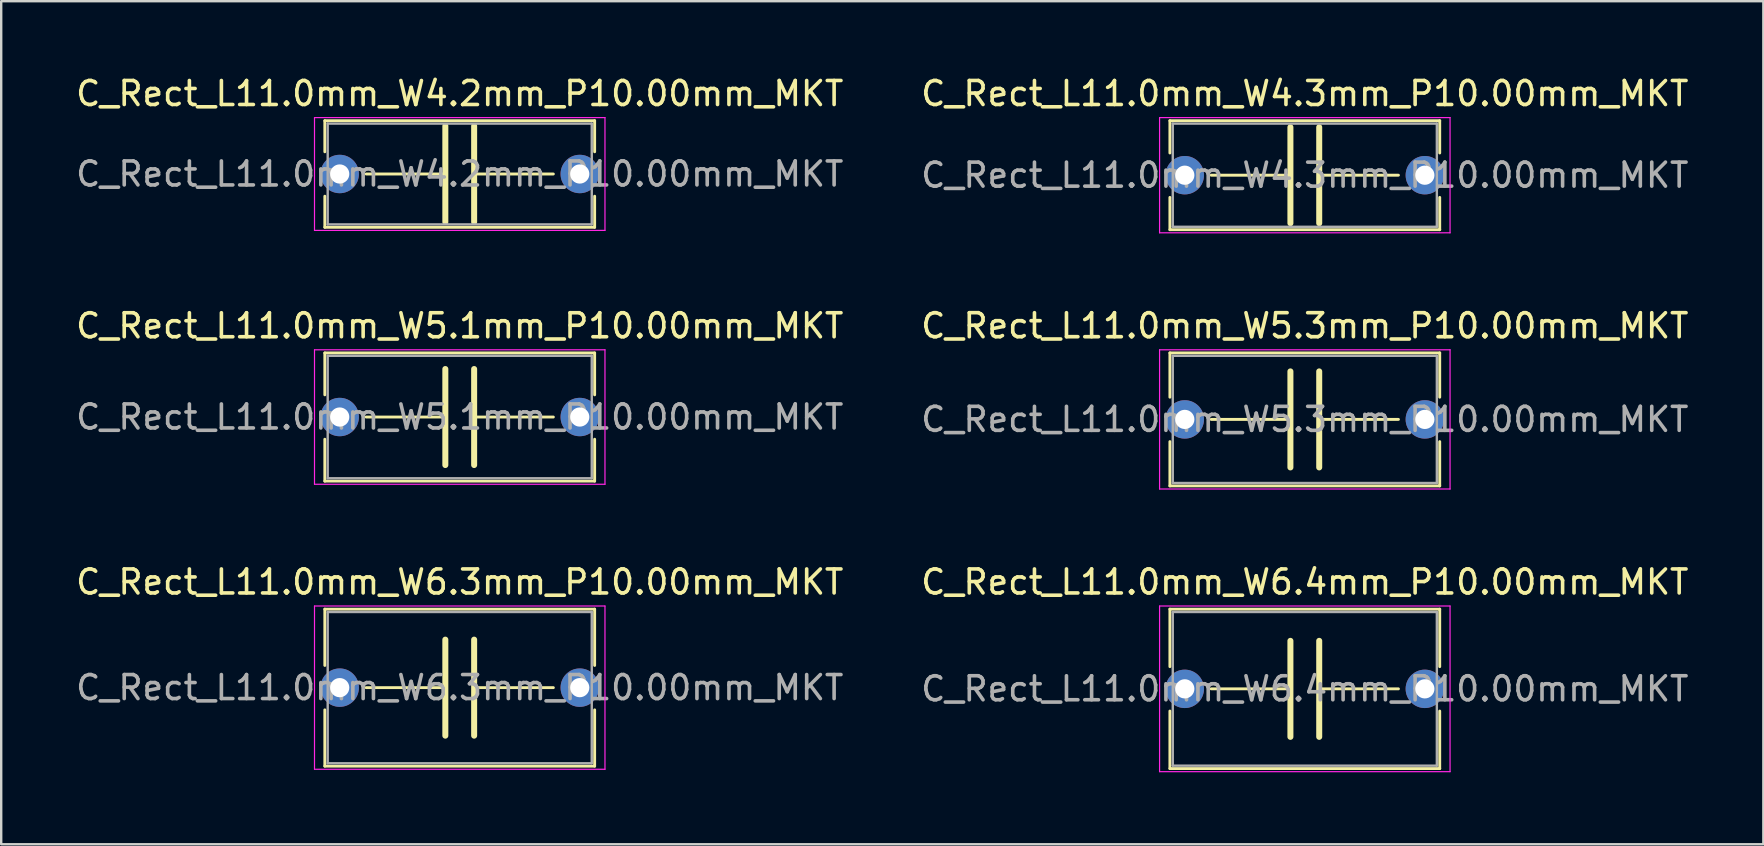
<source format=kicad_pcb>
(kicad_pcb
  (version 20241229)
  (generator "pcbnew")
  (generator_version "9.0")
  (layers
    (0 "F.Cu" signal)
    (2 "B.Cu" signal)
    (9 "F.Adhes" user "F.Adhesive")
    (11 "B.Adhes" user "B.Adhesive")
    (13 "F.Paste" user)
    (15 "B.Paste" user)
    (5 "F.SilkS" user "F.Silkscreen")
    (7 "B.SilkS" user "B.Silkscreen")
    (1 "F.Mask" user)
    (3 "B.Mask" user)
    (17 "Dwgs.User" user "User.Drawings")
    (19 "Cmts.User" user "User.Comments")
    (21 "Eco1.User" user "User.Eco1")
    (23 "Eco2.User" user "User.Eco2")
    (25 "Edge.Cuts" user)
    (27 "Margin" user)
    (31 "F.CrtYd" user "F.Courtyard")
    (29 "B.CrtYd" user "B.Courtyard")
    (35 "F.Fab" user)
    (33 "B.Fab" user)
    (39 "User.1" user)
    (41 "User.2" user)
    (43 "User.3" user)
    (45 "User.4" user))
  (footprint "C_Rect_L11.0mm_W4.3mm_P10.00mm_MKT"
    (layer "F.Cu")
    (at 46.304 4.248)
    (property "Reference" "C_Rect_L11.0mm_W4.3mm_P10.00mm_MKT" (at 5 -3.4 0) (layer "F.SilkS") (effects (font (size 1 1) (thickness 0.15))))
    (attr through_hole)
    (fp_line (start -0.62 -2.27) (end -0.62 -0.925) (stroke (width 0.12) (type solid)) (layer "F.SilkS"))
    (fp_line (start -0.62 -2.27) (end 10.62 -2.27) (stroke (width 0.12) (type solid)) (layer "F.SilkS"))
    (fp_line (start -0.62 0.925) (end -0.62 2.27) (stroke (width 0.12) (type solid)) (layer "F.SilkS"))
    (fp_line (start -0.62 2.27) (end 10.62 2.27) (stroke (width 0.12) (type solid)) (layer "F.SilkS"))
    (fp_line (start 1.1 0) (end 4.4 0) (stroke (width 0.12) (type solid)) (layer "F.SilkS"))
    (fp_line (start 4.4 2) (end 4.4 -2) (stroke (width 0.25) (type solid)) (layer "F.SilkS"))
    (fp_line (start 5.6 2) (end 5.6 -2) (stroke (width 0.25) (type solid)) (layer "F.SilkS"))
    (fp_line (start 8.9 0) (end 5.6 0) (stroke (width 0.12) (type solid)) (layer "F.SilkS"))
    (fp_line (start 10.62 -2.27) (end 10.62 -0.925) (stroke (width 0.12) (type solid)) (layer "F.SilkS"))
    (fp_line (start 10.62 0.925) (end 10.62 2.27) (stroke (width 0.12) (type solid)) (layer "F.SilkS"))
    (fp_line (start -1.05 -2.4) (end -1.05 2.4) (stroke (width 0.05) (type solid)) (layer "F.CrtYd"))
    (fp_line (start -1.05 2.4) (end 11.05 2.4) (stroke (width 0.05) (type solid)) (layer "F.CrtYd"))
    (fp_line (start 11.05 -2.4) (end -1.05 -2.4) (stroke (width 0.05) (type solid)) (layer "F.CrtYd"))
    (fp_line (start 11.05 2.4) (end 11.05 -2.4) (stroke (width 0.05) (type solid)) (layer "F.CrtYd"))
    (fp_line (start -0.5 -2.15) (end -0.5 2.15) (stroke (width 0.1) (type solid)) (layer "F.Fab"))
    (fp_line (start -0.5 2.15) (end 10.5 2.15) (stroke (width 0.1) (type solid)) (layer "F.Fab"))
    (fp_line (start 10.5 -2.15) (end -0.5 -2.15) (stroke (width 0.1) (type solid)) (layer "F.Fab"))
    (fp_line (start 10.5 2.15) (end 10.5 -2.15) (stroke (width 0.1) (type solid)) (layer "F.Fab"))
    (fp_text user "${REFERENCE}" (at 5 0 0) (layer "F.Fab") (effects (font (size 1 1) (thickness 0.15))))
    (pad "1" thru_hole circle (at 0 0) (size 1.6 1.6) (drill 0.8) (layers "*.Cu" "*.Mask"))
    (pad "2" thru_hole circle (at 10 0) (size 1.6 1.6) (drill 0.8) (layers "*.Cu" "*.Mask")))
  (footprint "C_Rect_L11.0mm_W6.4mm_P10.00mm_MKT"
    (layer "F.Cu")
    (at 46.304 25.645)
    (property "Reference" "C_Rect_L11.0mm_W6.4mm_P10.00mm_MKT" (at 5 -4.45 0) (layer "F.SilkS") (effects (font (size 1 1) (thickness 0.15))))
    (attr through_hole)
    (fp_line (start -0.62 -3.32) (end -0.62 -0.925) (stroke (width 0.12) (type solid)) (layer "F.SilkS"))
    (fp_line (start -0.62 -3.32) (end 10.62 -3.32) (stroke (width 0.12) (type solid)) (layer "F.SilkS"))
    (fp_line (start -0.62 0.925) (end -0.62 3.32) (stroke (width 0.12) (type solid)) (layer "F.SilkS"))
    (fp_line (start -0.62 3.32) (end 10.62 3.32) (stroke (width 0.12) (type solid)) (layer "F.SilkS"))
    (fp_line (start 1.1 0) (end 4.4 0) (stroke (width 0.12) (type solid)) (layer "F.SilkS"))
    (fp_line (start 4.4 2) (end 4.4 -2) (stroke (width 0.25) (type solid)) (layer "F.SilkS"))
    (fp_line (start 5.6 2) (end 5.6 -2) (stroke (width 0.25) (type solid)) (layer "F.SilkS"))
    (fp_line (start 8.9 0) (end 5.6 0) (stroke (width 0.12) (type solid)) (layer "F.SilkS"))
    (fp_line (start 10.62 -3.32) (end 10.62 -0.925) (stroke (width 0.12) (type solid)) (layer "F.SilkS"))
    (fp_line (start 10.62 0.925) (end 10.62 3.32) (stroke (width 0.12) (type solid)) (layer "F.SilkS"))
    (fp_line (start -1.05 -3.45) (end -1.05 3.45) (stroke (width 0.05) (type solid)) (layer "F.CrtYd"))
    (fp_line (start -1.05 3.45) (end 11.05 3.45) (stroke (width 0.05) (type solid)) (layer "F.CrtYd"))
    (fp_line (start 11.05 -3.45) (end -1.05 -3.45) (stroke (width 0.05) (type solid)) (layer "F.CrtYd"))
    (fp_line (start 11.05 3.45) (end 11.05 -3.45) (stroke (width 0.05) (type solid)) (layer "F.CrtYd"))
    (fp_line (start -0.5 -3.2) (end -0.5 3.2) (stroke (width 0.1) (type solid)) (layer "F.Fab"))
    (fp_line (start -0.5 3.2) (end 10.5 3.2) (stroke (width 0.1) (type solid)) (layer "F.Fab"))
    (fp_line (start 10.5 -3.2) (end -0.5 -3.2) (stroke (width 0.1) (type solid)) (layer "F.Fab"))
    (fp_line (start 10.5 3.2) (end 10.5 -3.2) (stroke (width 0.1) (type solid)) (layer "F.Fab"))
    (fp_text user "${REFERENCE}" (at 5 0 0) (layer "F.Fab") (effects (font (size 1 1) (thickness 0.15))))
    (pad "1" thru_hole circle (at 0 0) (size 1.6 1.6) (drill 0.8) (layers "*.Cu" "*.Mask"))
    (pad "2" thru_hole circle (at 10 0) (size 1.6 1.6) (drill 0.8) (layers "*.Cu" "*.Mask")))
  (footprint "C_Rect_L11.0mm_W5.3mm_P10.00mm_MKT"
    (layer "F.Cu")
    (at 46.304 14.421)
    (property "Reference" "C_Rect_L11.0mm_W5.3mm_P10.00mm_MKT" (at 5 -3.9 0) (layer "F.SilkS") (effects (font (size 1 1) (thickness 0.15))))
    (attr through_hole)
    (fp_line (start -0.62 -2.77) (end -0.62 -0.925) (stroke (width 0.12) (type solid)) (layer "F.SilkS"))
    (fp_line (start -0.62 -2.77) (end 10.62 -2.77) (stroke (width 0.12) (type solid)) (layer "F.SilkS"))
    (fp_line (start -0.62 0.925) (end -0.62 2.77) (stroke (width 0.12) (type solid)) (layer "F.SilkS"))
    (fp_line (start -0.62 2.77) (end 10.62 2.77) (stroke (width 0.12) (type solid)) (layer "F.SilkS"))
    (fp_line (start 1.1 0) (end 4.4 0) (stroke (width 0.12) (type solid)) (layer "F.SilkS"))
    (fp_line (start 4.4 2) (end 4.4 -2) (stroke (width 0.25) (type solid)) (layer "F.SilkS"))
    (fp_line (start 5.6 2) (end 5.6 -2) (stroke (width 0.25) (type solid)) (layer "F.SilkS"))
    (fp_line (start 8.9 0) (end 5.6 0) (stroke (width 0.12) (type solid)) (layer "F.SilkS"))
    (fp_line (start 10.62 -2.77) (end 10.62 -0.925) (stroke (width 0.12) (type solid)) (layer "F.SilkS"))
    (fp_line (start 10.62 0.925) (end 10.62 2.77) (stroke (width 0.12) (type solid)) (layer "F.SilkS"))
    (fp_line (start -1.05 -2.9) (end -1.05 2.9) (stroke (width 0.05) (type solid)) (layer "F.CrtYd"))
    (fp_line (start -1.05 2.9) (end 11.05 2.9) (stroke (width 0.05) (type solid)) (layer "F.CrtYd"))
    (fp_line (start 11.05 -2.9) (end -1.05 -2.9) (stroke (width 0.05) (type solid)) (layer "F.CrtYd"))
    (fp_line (start 11.05 2.9) (end 11.05 -2.9) (stroke (width 0.05) (type solid)) (layer "F.CrtYd"))
    (fp_line (start -0.5 -2.65) (end -0.5 2.65) (stroke (width 0.1) (type solid)) (layer "F.Fab"))
    (fp_line (start -0.5 2.65) (end 10.5 2.65) (stroke (width 0.1) (type solid)) (layer "F.Fab"))
    (fp_line (start 10.5 -2.65) (end -0.5 -2.65) (stroke (width 0.1) (type solid)) (layer "F.Fab"))
    (fp_line (start 10.5 2.65) (end 10.5 -2.65) (stroke (width 0.1) (type solid)) (layer "F.Fab"))
    (fp_text user "${REFERENCE}" (at 5 0 0) (layer "F.Fab") (effects (font (size 1 1) (thickness 0.15))))
    (pad "1" thru_hole circle (at 0 0) (size 1.6 1.6) (drill 0.8) (layers "*.Cu" "*.Mask"))
    (pad "2" thru_hole circle (at 10 0) (size 1.6 1.6) (drill 0.8) (layers "*.Cu" "*.Mask")))
  (footprint "C_Rect_L11.0mm_W6.3mm_P10.00mm_MKT"
    (layer "F.Cu")
    (at 11.101 25.595)
    (property "Reference" "C_Rect_L11.0mm_W6.3mm_P10.00mm_MKT" (at 5 -4.4 0) (layer "F.SilkS") (effects (font (size 1 1) (thickness 0.15))))
    (attr through_hole)
    (fp_line (start -0.62 -3.27) (end -0.62 -0.925) (stroke (width 0.12) (type solid)) (layer "F.SilkS"))
    (fp_line (start -0.62 -3.27) (end 10.62 -3.27) (stroke (width 0.12) (type solid)) (layer "F.SilkS"))
    (fp_line (start -0.62 0.925) (end -0.62 3.27) (stroke (width 0.12) (type solid)) (layer "F.SilkS"))
    (fp_line (start -0.62 3.27) (end 10.62 3.27) (stroke (width 0.12) (type solid)) (layer "F.SilkS"))
    (fp_line (start 1.1 0) (end 4.4 0) (stroke (width 0.12) (type solid)) (layer "F.SilkS"))
    (fp_line (start 4.4 2) (end 4.4 -2) (stroke (width 0.25) (type solid)) (layer "F.SilkS"))
    (fp_line (start 5.6 2) (end 5.6 -2) (stroke (width 0.25) (type solid)) (layer "F.SilkS"))
    (fp_line (start 8.9 0) (end 5.6 0) (stroke (width 0.12) (type solid)) (layer "F.SilkS"))
    (fp_line (start 10.62 -3.27) (end 10.62 -0.925) (stroke (width 0.12) (type solid)) (layer "F.SilkS"))
    (fp_line (start 10.62 0.925) (end 10.62 3.27) (stroke (width 0.12) (type solid)) (layer "F.SilkS"))
    (fp_line (start -1.05 -3.4) (end -1.05 3.4) (stroke (width 0.05) (type solid)) (layer "F.CrtYd"))
    (fp_line (start -1.05 3.4) (end 11.05 3.4) (stroke (width 0.05) (type solid)) (layer "F.CrtYd"))
    (fp_line (start 11.05 -3.4) (end -1.05 -3.4) (stroke (width 0.05) (type solid)) (layer "F.CrtYd"))
    (fp_line (start 11.05 3.4) (end 11.05 -3.4) (stroke (width 0.05) (type solid)) (layer "F.CrtYd"))
    (fp_line (start -0.5 -3.15) (end -0.5 3.15) (stroke (width 0.1) (type solid)) (layer "F.Fab"))
    (fp_line (start -0.5 3.15) (end 10.5 3.15) (stroke (width 0.1) (type solid)) (layer "F.Fab"))
    (fp_line (start 10.5 -3.15) (end -0.5 -3.15) (stroke (width 0.1) (type solid)) (layer "F.Fab"))
    (fp_line (start 10.5 3.15) (end 10.5 -3.15) (stroke (width 0.1) (type solid)) (layer "F.Fab"))
    (fp_text user "${REFERENCE}" (at 5 0 0) (layer "F.Fab") (effects (font (size 1 1) (thickness 0.15))))
    (pad "1" thru_hole circle (at 0 0) (size 1.6 1.6) (drill 0.8) (layers "*.Cu" "*.Mask"))
    (pad "2" thru_hole circle (at 10 0) (size 1.6 1.6) (drill 0.8) (layers "*.Cu" "*.Mask")))
  (footprint "C_Rect_L11.0mm_W4.2mm_P10.00mm_MKT"
    (layer "F.Cu")
    (at 11.101 4.198)
    (property "Reference" "C_Rect_L11.0mm_W4.2mm_P10.00mm_MKT" (at 5 -3.35 0) (layer "F.SilkS") (effects (font (size 1 1) (thickness 0.15))))
    (attr through_hole)
    (fp_line (start -0.62 -2.22) (end -0.62 -0.925) (stroke (width 0.12) (type solid)) (layer "F.SilkS"))
    (fp_line (start -0.62 -2.22) (end 10.62 -2.22) (stroke (width 0.12) (type solid)) (layer "F.SilkS"))
    (fp_line (start -0.62 0.925) (end -0.62 2.22) (stroke (width 0.12) (type solid)) (layer "F.SilkS"))
    (fp_line (start -0.62 2.22) (end 10.62 2.22) (stroke (width 0.12) (type solid)) (layer "F.SilkS"))
    (fp_line (start 1.1 0) (end 4.4 0) (stroke (width 0.12) (type solid)) (layer "F.SilkS"))
    (fp_line (start 4.4 2) (end 4.4 -2) (stroke (width 0.25) (type solid)) (layer "F.SilkS"))
    (fp_line (start 5.6 2) (end 5.6 -2) (stroke (width 0.25) (type solid)) (layer "F.SilkS"))
    (fp_line (start 8.9 0) (end 5.6 0) (stroke (width 0.12) (type solid)) (layer "F.SilkS"))
    (fp_line (start 10.62 -2.22) (end 10.62 -0.925) (stroke (width 0.12) (type solid)) (layer "F.SilkS"))
    (fp_line (start 10.62 0.925) (end 10.62 2.22) (stroke (width 0.12) (type solid)) (layer "F.SilkS"))
    (fp_line (start -1.05 -2.35) (end -1.05 2.35) (stroke (width 0.05) (type solid)) (layer "F.CrtYd"))
    (fp_line (start -1.05 2.35) (end 11.05 2.35) (stroke (width 0.05) (type solid)) (layer "F.CrtYd"))
    (fp_line (start 11.05 -2.35) (end -1.05 -2.35) (stroke (width 0.05) (type solid)) (layer "F.CrtYd"))
    (fp_line (start 11.05 2.35) (end 11.05 -2.35) (stroke (width 0.05) (type solid)) (layer "F.CrtYd"))
    (fp_line (start -0.5 -2.1) (end -0.5 2.1) (stroke (width 0.1) (type solid)) (layer "F.Fab"))
    (fp_line (start -0.5 2.1) (end 10.5 2.1) (stroke (width 0.1) (type solid)) (layer "F.Fab"))
    (fp_line (start 10.5 -2.1) (end -0.5 -2.1) (stroke (width 0.1) (type solid)) (layer "F.Fab"))
    (fp_line (start 10.5 2.1) (end 10.5 -2.1) (stroke (width 0.1) (type solid)) (layer "F.Fab"))
    (fp_text user "${REFERENCE}" (at 5 0 0) (layer "F.Fab") (effects (font (size 1 1) (thickness 0.15))))
    (pad "1" thru_hole circle (at 0 0) (size 1.6 1.6) (drill 0.8) (layers "*.Cu" "*.Mask"))
    (pad "2" thru_hole circle (at 10 0) (size 1.6 1.6) (drill 0.8) (layers "*.Cu" "*.Mask")))
  (footprint "C_Rect_L11.0mm_W5.1mm_P10.00mm_MKT"
    (layer "F.Cu")
    (at 11.101 14.322)
    (property "Reference" "C_Rect_L11.0mm_W5.1mm_P10.00mm_MKT" (at 5 -3.8 0) (layer "F.SilkS") (effects (font (size 1 1) (thickness 0.15))))
    (attr through_hole)
    (fp_line (start -0.62 -2.67) (end -0.62 -0.925) (stroke (width 0.12) (type solid)) (layer "F.SilkS"))
    (fp_line (start -0.62 -2.67) (end 10.62 -2.67) (stroke (width 0.12) (type solid)) (layer "F.SilkS"))
    (fp_line (start -0.62 0.925) (end -0.62 2.67) (stroke (width 0.12) (type solid)) (layer "F.SilkS"))
    (fp_line (start -0.62 2.67) (end 10.62 2.67) (stroke (width 0.12) (type solid)) (layer "F.SilkS"))
    (fp_line (start 1.1 0) (end 4.4 0) (stroke (width 0.12) (type solid)) (layer "F.SilkS"))
    (fp_line (start 4.4 2) (end 4.4 -2) (stroke (width 0.25) (type solid)) (layer "F.SilkS"))
    (fp_line (start 5.6 2) (end 5.6 -2) (stroke (width 0.25) (type solid)) (layer "F.SilkS"))
    (fp_line (start 8.9 0) (end 5.6 0) (stroke (width 0.12) (type solid)) (layer "F.SilkS"))
    (fp_line (start 10.62 -2.67) (end 10.62 -0.925) (stroke (width 0.12) (type solid)) (layer "F.SilkS"))
    (fp_line (start 10.62 0.925) (end 10.62 2.67) (stroke (width 0.12) (type solid)) (layer "F.SilkS"))
    (fp_line (start -1.05 -2.8) (end -1.05 2.8) (stroke (width 0.05) (type solid)) (layer "F.CrtYd"))
    (fp_line (start -1.05 2.8) (end 11.05 2.8) (stroke (width 0.05) (type solid)) (layer "F.CrtYd"))
    (fp_line (start 11.05 -2.8) (end -1.05 -2.8) (stroke (width 0.05) (type solid)) (layer "F.CrtYd"))
    (fp_line (start 11.05 2.8) (end 11.05 -2.8) (stroke (width 0.05) (type solid)) (layer "F.CrtYd"))
    (fp_line (start -0.5 -2.55) (end -0.5 2.55) (stroke (width 0.1) (type solid)) (layer "F.Fab"))
    (fp_line (start -0.5 2.55) (end 10.5 2.55) (stroke (width 0.1) (type solid)) (layer "F.Fab"))
    (fp_line (start 10.5 -2.55) (end -0.5 -2.55) (stroke (width 0.1) (type solid)) (layer "F.Fab"))
    (fp_line (start 10.5 2.55) (end 10.5 -2.55) (stroke (width 0.1) (type solid)) (layer "F.Fab"))
    (fp_text user "${REFERENCE}" (at 5 0 0) (layer "F.Fab") (effects (font (size 1 1) (thickness 0.15))))
    (pad "1" thru_hole circle (at 0 0) (size 1.6 1.6) (drill 0.8) (layers "*.Cu" "*.Mask"))
    (pad "2" thru_hole circle (at 10 0) (size 1.6 1.6) (drill 0.8) (layers "*.Cu" "*.Mask")))
  (gr_rect
    (start -3 -3)
    (end 70.405 32.12)
    (stroke (width 0.1) (type default))
    (fill no)
    (layer "Edge.Cuts")))
</source>
